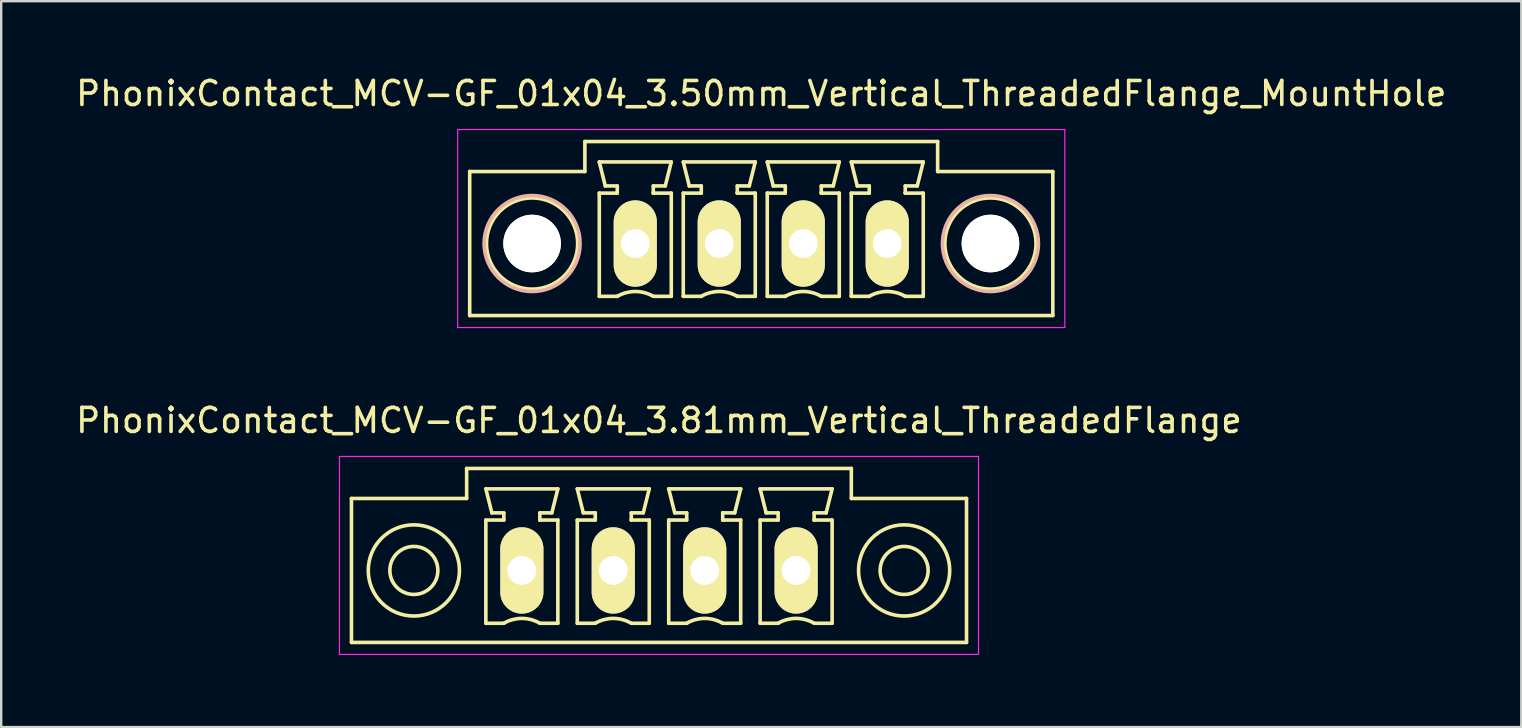
<source format=kicad_pcb>
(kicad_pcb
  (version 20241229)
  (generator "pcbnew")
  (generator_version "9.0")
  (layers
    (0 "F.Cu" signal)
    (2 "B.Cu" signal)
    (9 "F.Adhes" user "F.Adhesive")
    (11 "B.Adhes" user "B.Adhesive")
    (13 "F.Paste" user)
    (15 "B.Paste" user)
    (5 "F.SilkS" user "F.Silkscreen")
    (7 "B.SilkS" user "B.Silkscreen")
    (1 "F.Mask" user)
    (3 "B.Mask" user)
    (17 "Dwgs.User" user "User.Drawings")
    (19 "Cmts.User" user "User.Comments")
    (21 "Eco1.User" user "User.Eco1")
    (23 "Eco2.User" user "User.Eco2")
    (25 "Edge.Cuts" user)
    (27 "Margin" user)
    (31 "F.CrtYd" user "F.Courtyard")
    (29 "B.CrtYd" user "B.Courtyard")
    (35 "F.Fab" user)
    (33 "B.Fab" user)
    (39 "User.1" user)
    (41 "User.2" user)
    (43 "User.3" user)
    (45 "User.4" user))
  (footprint "PhonixContact_MCV-GF_01x04_3.50mm_Vertical_ThreadedFlange_MountHole"
    (layer "F.Cu")
    (at 23.423 7.098)
    (property "Reference" "PhonixContact_MCV-GF_01x04_3.50mm_Vertical_ThreadedFlange_MountHole" (at 5.25 -6.25 0) (layer "F.SilkS") (effects (font (size 1 1) (thickness 0.15))))
    (attr through_hole)
    (fp_line (start -6.9 -3) (end -6.9 3) (stroke (width 0.15) (type solid)) (layer "F.SilkS"))
    (fp_line (start -6.9 3) (end 17.4 3) (stroke (width 0.15) (type solid)) (layer "F.SilkS"))
    (fp_line (start -2.1 -4.25) (end -2.1 -3) (stroke (width 0.15) (type solid)) (layer "F.SilkS"))
    (fp_line (start -2.1 -3) (end -6.9 -3) (stroke (width 0.15) (type solid)) (layer "F.SilkS"))
    (fp_line (start -1.5 -3.4) (end 1.5 -3.4) (stroke (width 0.15) (type solid)) (layer "F.SilkS"))
    (fp_line (start -1.5 -2.1) (end -0.75 -2.1) (stroke (width 0.15) (type solid)) (layer "F.SilkS"))
    (fp_line (start -1.5 2.2) (end -1.5 -2.1) (stroke (width 0.15) (type solid)) (layer "F.SilkS"))
    (fp_line (start -1.25 -2.4) (end -1.5 -3.4) (stroke (width 0.15) (type solid)) (layer "F.SilkS"))
    (fp_line (start -0.75 -2.4) (end -1.25 -2.4) (stroke (width 0.15) (type solid)) (layer "F.SilkS"))
    (fp_line (start -0.75 -2.1) (end -0.75 -2.4) (stroke (width 0.15) (type solid)) (layer "F.SilkS"))
    (fp_line (start -0.75 2.2) (end -1.5 2.2) (stroke (width 0.15) (type solid)) (layer "F.SilkS"))
    (fp_line (start 0.75 -2.4) (end 0.75 -2.1) (stroke (width 0.15) (type solid)) (layer "F.SilkS"))
    (fp_line (start 0.75 -2.1) (end 0.75 -2.1) (stroke (width 0.15) (type solid)) (layer "F.SilkS"))
    (fp_line (start 0.75 -2.1) (end 1.5 -2.1) (stroke (width 0.15) (type solid)) (layer "F.SilkS"))
    (fp_line (start 1.25 -2.4) (end 0.75 -2.4) (stroke (width 0.15) (type solid)) (layer "F.SilkS"))
    (fp_line (start 1.5 -3.4) (end 1.25 -2.4) (stroke (width 0.15) (type solid)) (layer "F.SilkS"))
    (fp_line (start 1.5 -2.1) (end 1.5 2.2) (stroke (width 0.15) (type solid)) (layer "F.SilkS"))
    (fp_line (start 1.5 2.2) (end 0.75 2.2) (stroke (width 0.15) (type solid)) (layer "F.SilkS"))
    (fp_line (start 2 -3.4) (end 5 -3.4) (stroke (width 0.15) (type solid)) (layer "F.SilkS"))
    (fp_line (start 2 -2.1) (end 2.75 -2.1) (stroke (width 0.15) (type solid)) (layer "F.SilkS"))
    (fp_line (start 2 2.2) (end 2 -2.1) (stroke (width 0.15) (type solid)) (layer "F.SilkS"))
    (fp_line (start 2.25 -2.4) (end 2 -3.4) (stroke (width 0.15) (type solid)) (layer "F.SilkS"))
    (fp_line (start 2.75 -2.4) (end 2.25 -2.4) (stroke (width 0.15) (type solid)) (layer "F.SilkS"))
    (fp_line (start 2.75 -2.1) (end 2.75 -2.4) (stroke (width 0.15) (type solid)) (layer "F.SilkS"))
    (fp_line (start 2.75 2.2) (end 2 2.2) (stroke (width 0.15) (type solid)) (layer "F.SilkS"))
    (fp_line (start 4.25 -2.4) (end 4.25 -2.1) (stroke (width 0.15) (type solid)) (layer "F.SilkS"))
    (fp_line (start 4.25 -2.1) (end 4.25 -2.1) (stroke (width 0.15) (type solid)) (layer "F.SilkS"))
    (fp_line (start 4.25 -2.1) (end 5 -2.1) (stroke (width 0.15) (type solid)) (layer "F.SilkS"))
    (fp_line (start 4.75 -2.4) (end 4.25 -2.4) (stroke (width 0.15) (type solid)) (layer "F.SilkS"))
    (fp_line (start 5 -3.4) (end 4.75 -2.4) (stroke (width 0.15) (type solid)) (layer "F.SilkS"))
    (fp_line (start 5 -2.1) (end 5 2.2) (stroke (width 0.15) (type solid)) (layer "F.SilkS"))
    (fp_line (start 5 2.2) (end 4.25 2.2) (stroke (width 0.15) (type solid)) (layer "F.SilkS"))
    (fp_line (start 5.5 -3.4) (end 8.5 -3.4) (stroke (width 0.15) (type solid)) (layer "F.SilkS"))
    (fp_line (start 5.5 -2.1) (end 6.25 -2.1) (stroke (width 0.15) (type solid)) (layer "F.SilkS"))
    (fp_line (start 5.5 2.2) (end 5.5 -2.1) (stroke (width 0.15) (type solid)) (layer "F.SilkS"))
    (fp_line (start 5.75 -2.4) (end 5.5 -3.4) (stroke (width 0.15) (type solid)) (layer "F.SilkS"))
    (fp_line (start 6.25 -2.4) (end 5.75 -2.4) (stroke (width 0.15) (type solid)) (layer "F.SilkS"))
    (fp_line (start 6.25 -2.1) (end 6.25 -2.4) (stroke (width 0.15) (type solid)) (layer "F.SilkS"))
    (fp_line (start 6.25 2.2) (end 5.5 2.2) (stroke (width 0.15) (type solid)) (layer "F.SilkS"))
    (fp_line (start 7.75 -2.4) (end 7.75 -2.1) (stroke (width 0.15) (type solid)) (layer "F.SilkS"))
    (fp_line (start 7.75 -2.1) (end 7.75 -2.1) (stroke (width 0.15) (type solid)) (layer "F.SilkS"))
    (fp_line (start 7.75 -2.1) (end 8.5 -2.1) (stroke (width 0.15) (type solid)) (layer "F.SilkS"))
    (fp_line (start 8.25 -2.4) (end 7.75 -2.4) (stroke (width 0.15) (type solid)) (layer "F.SilkS"))
    (fp_line (start 8.5 -3.4) (end 8.25 -2.4) (stroke (width 0.15) (type solid)) (layer "F.SilkS"))
    (fp_line (start 8.5 -2.1) (end 8.5 2.2) (stroke (width 0.15) (type solid)) (layer "F.SilkS"))
    (fp_line (start 8.5 2.2) (end 7.75 2.2) (stroke (width 0.15) (type solid)) (layer "F.SilkS"))
    (fp_line (start 9 -3.4) (end 12 -3.4) (stroke (width 0.15) (type solid)) (layer "F.SilkS"))
    (fp_line (start 9 -2.1) (end 9.75 -2.1) (stroke (width 0.15) (type solid)) (layer "F.SilkS"))
    (fp_line (start 9 2.2) (end 9 -2.1) (stroke (width 0.15) (type solid)) (layer "F.SilkS"))
    (fp_line (start 9.25 -2.4) (end 9 -3.4) (stroke (width 0.15) (type solid)) (layer "F.SilkS"))
    (fp_line (start 9.75 -2.4) (end 9.25 -2.4) (stroke (width 0.15) (type solid)) (layer "F.SilkS"))
    (fp_line (start 9.75 -2.1) (end 9.75 -2.4) (stroke (width 0.15) (type solid)) (layer "F.SilkS"))
    (fp_line (start 9.75 2.2) (end 9 2.2) (stroke (width 0.15) (type solid)) (layer "F.SilkS"))
    (fp_line (start 11.25 -2.4) (end 11.25 -2.1) (stroke (width 0.15) (type solid)) (layer "F.SilkS"))
    (fp_line (start 11.25 -2.1) (end 11.25 -2.1) (stroke (width 0.15) (type solid)) (layer "F.SilkS"))
    (fp_line (start 11.25 -2.1) (end 12 -2.1) (stroke (width 0.15) (type solid)) (layer "F.SilkS"))
    (fp_line (start 11.75 -2.4) (end 11.25 -2.4) (stroke (width 0.15) (type solid)) (layer "F.SilkS"))
    (fp_line (start 12 -3.4) (end 11.75 -2.4) (stroke (width 0.15) (type solid)) (layer "F.SilkS"))
    (fp_line (start 12 -2.1) (end 12 2.2) (stroke (width 0.15) (type solid)) (layer "F.SilkS"))
    (fp_line (start 12 2.2) (end 11.25 2.2) (stroke (width 0.15) (type solid)) (layer "F.SilkS"))
    (fp_line (start 12.6 -4.25) (end -2.1 -4.25) (stroke (width 0.15) (type solid)) (layer "F.SilkS"))
    (fp_line (start 12.6 -3) (end 12.6 -4.25) (stroke (width 0.15) (type solid)) (layer "F.SilkS"))
    (fp_line (start 17.4 -3) (end 12.6 -3) (stroke (width 0.15) (type solid)) (layer "F.SilkS"))
    (fp_line (start 17.4 3) (end 17.4 -3) (stroke (width 0.15) (type solid)) (layer "F.SilkS"))
    (fp_arc (start -0.75 2.2) (mid -0.006068 1.999179) (end 0.739464 2.193978) (stroke (width 0.15) (type solid)) (layer "F.SilkS"))
    (fp_arc (start 2.75 2.2) (mid 3.493932 1.999179) (end 4.239464 2.193978) (stroke (width 0.15) (type solid)) (layer "F.SilkS"))
    (fp_arc (start 6.25 2.2) (mid 6.993932 1.999179) (end 7.739464 2.193978) (stroke (width 0.15) (type solid)) (layer "F.SilkS"))
    (fp_arc (start 9.75 2.2) (mid 10.493932 1.999179) (end 11.239464 2.193978) (stroke (width 0.15) (type solid)) (layer "F.SilkS"))
    (fp_circle (center -4.3 0) (end -2.4 0) (stroke (width 0.15) (type solid)) (fill no) (layer "F.SilkS"))
    (fp_circle (center 14.8 0) (end 16.7 0) (stroke (width 0.15) (type solid)) (fill no) (layer "F.SilkS"))
    (fp_circle (center -4.3 0) (end -2.3 0) (stroke (width 0.15) (type solid)) (fill no) (layer "B.SilkS"))
    (fp_circle (center 14.8 0) (end 16.8 0) (stroke (width 0.15) (type solid)) (fill no) (layer "B.SilkS"))
    (fp_line (start -7.4 -4.75) (end -7.4 3.5) (stroke (width 0.05) (type solid)) (layer "F.CrtYd"))
    (fp_line (start -7.4 3.5) (end 17.9 3.5) (stroke (width 0.05) (type solid)) (layer "F.CrtYd"))
    (fp_line (start 17.9 -4.75) (end -7.4 -4.75) (stroke (width 0.05) (type solid)) (layer "F.CrtYd"))
    (fp_line (start 17.9 3.5) (end 17.9 -4.75) (stroke (width 0.05) (type solid)) (layer "F.CrtYd"))
    (pad "" np_thru_hole circle (at -4.3 0) (size 2.4 2.4) (drill 2.4) (layers "*.Cu" "*.Mask" "F.SilkS"))
    (pad "" np_thru_hole circle (at 14.8 0) (size 2.4 2.4) (drill 2.4) (layers "*.Cu" "*.Mask" "F.SilkS"))
    (pad "1" thru_hole oval (at 0 0) (size 1.8 3.6) (drill 1.2) (layers "*.Cu" "*.Mask" "F.SilkS"))
    (pad "2" thru_hole oval (at 3.5 0) (size 1.8 3.6) (drill 1.2) (layers "*.Cu" "*.Mask" "F.SilkS"))
    (pad "3" thru_hole oval (at 7 0) (size 1.8 3.6) (drill 1.2) (layers "*.Cu" "*.Mask" "F.SilkS"))
    (pad "4" thru_hole oval (at 10.5 0) (size 1.8 3.6) (drill 1.2) (layers "*.Cu" "*.Mask" "F.SilkS")))
  (footprint "PhonixContact_MCV-GF_01x04_3.81mm_Vertical_ThreadedFlange"
    (layer "F.Cu")
    (at 18.696 20.721)
    (property "Reference" "PhonixContact_MCV-GF_01x04_3.81mm_Vertical_ThreadedFlange" (at 5.715 -6.25 0) (layer "F.SilkS") (effects (font (size 1 1) (thickness 0.15))))
    (attr through_hole)
    (fp_line (start -7.1 -3) (end -7.1 3) (stroke (width 0.15) (type solid)) (layer "F.SilkS"))
    (fp_line (start -7.1 3) (end 18.53 3) (stroke (width 0.15) (type solid)) (layer "F.SilkS"))
    (fp_line (start -2.3 -4.25) (end -2.3 -3) (stroke (width 0.15) (type solid)) (layer "F.SilkS"))
    (fp_line (start -2.3 -3) (end -7.1 -3) (stroke (width 0.15) (type solid)) (layer "F.SilkS"))
    (fp_line (start -1.5 -3.4) (end 1.5 -3.4) (stroke (width 0.15) (type solid)) (layer "F.SilkS"))
    (fp_line (start -1.5 -2.1) (end -0.75 -2.1) (stroke (width 0.15) (type solid)) (layer "F.SilkS"))
    (fp_line (start -1.5 2.2) (end -1.5 -2.1) (stroke (width 0.15) (type solid)) (layer "F.SilkS"))
    (fp_line (start -1.25 -2.4) (end -1.5 -3.4) (stroke (width 0.15) (type solid)) (layer "F.SilkS"))
    (fp_line (start -0.75 -2.4) (end -1.25 -2.4) (stroke (width 0.15) (type solid)) (layer "F.SilkS"))
    (fp_line (start -0.75 -2.1) (end -0.75 -2.4) (stroke (width 0.15) (type solid)) (layer "F.SilkS"))
    (fp_line (start -0.75 2.2) (end -1.5 2.2) (stroke (width 0.15) (type solid)) (layer "F.SilkS"))
    (fp_line (start 0.75 -2.4) (end 0.75 -2.1) (stroke (width 0.15) (type solid)) (layer "F.SilkS"))
    (fp_line (start 0.75 -2.1) (end 0.75 -2.1) (stroke (width 0.15) (type solid)) (layer "F.SilkS"))
    (fp_line (start 0.75 -2.1) (end 1.5 -2.1) (stroke (width 0.15) (type solid)) (layer "F.SilkS"))
    (fp_line (start 1.25 -2.4) (end 0.75 -2.4) (stroke (width 0.15) (type solid)) (layer "F.SilkS"))
    (fp_line (start 1.5 -3.4) (end 1.25 -2.4) (stroke (width 0.15) (type solid)) (layer "F.SilkS"))
    (fp_line (start 1.5 -2.1) (end 1.5 2.2) (stroke (width 0.15) (type solid)) (layer "F.SilkS"))
    (fp_line (start 1.5 2.2) (end 0.75 2.2) (stroke (width 0.15) (type solid)) (layer "F.SilkS"))
    (fp_line (start 2.31 -3.4) (end 5.31 -3.4) (stroke (width 0.15) (type solid)) (layer "F.SilkS"))
    (fp_line (start 2.31 -2.1) (end 3.06 -2.1) (stroke (width 0.15) (type solid)) (layer "F.SilkS"))
    (fp_line (start 2.31 2.2) (end 2.31 -2.1) (stroke (width 0.15) (type solid)) (layer "F.SilkS"))
    (fp_line (start 2.56 -2.4) (end 2.31 -3.4) (stroke (width 0.15) (type solid)) (layer "F.SilkS"))
    (fp_line (start 3.06 -2.4) (end 2.56 -2.4) (stroke (width 0.15) (type solid)) (layer "F.SilkS"))
    (fp_line (start 3.06 -2.1) (end 3.06 -2.4) (stroke (width 0.15) (type solid)) (layer "F.SilkS"))
    (fp_line (start 3.06 2.2) (end 2.31 2.2) (stroke (width 0.15) (type solid)) (layer "F.SilkS"))
    (fp_line (start 4.56 -2.4) (end 4.56 -2.1) (stroke (width 0.15) (type solid)) (layer "F.SilkS"))
    (fp_line (start 4.56 -2.1) (end 4.56 -2.1) (stroke (width 0.15) (type solid)) (layer "F.SilkS"))
    (fp_line (start 4.56 -2.1) (end 5.31 -2.1) (stroke (width 0.15) (type solid)) (layer "F.SilkS"))
    (fp_line (start 5.06 -2.4) (end 4.56 -2.4) (stroke (width 0.15) (type solid)) (layer "F.SilkS"))
    (fp_line (start 5.31 -3.4) (end 5.06 -2.4) (stroke (width 0.15) (type solid)) (layer "F.SilkS"))
    (fp_line (start 5.31 -2.1) (end 5.31 2.2) (stroke (width 0.15) (type solid)) (layer "F.SilkS"))
    (fp_line (start 5.31 2.2) (end 4.56 2.2) (stroke (width 0.15) (type solid)) (layer "F.SilkS"))
    (fp_line (start 6.12 -3.4) (end 9.12 -3.4) (stroke (width 0.15) (type solid)) (layer "F.SilkS"))
    (fp_line (start 6.12 -2.1) (end 6.87 -2.1) (stroke (width 0.15) (type solid)) (layer "F.SilkS"))
    (fp_line (start 6.12 2.2) (end 6.12 -2.1) (stroke (width 0.15) (type solid)) (layer "F.SilkS"))
    (fp_line (start 6.37 -2.4) (end 6.12 -3.4) (stroke (width 0.15) (type solid)) (layer "F.SilkS"))
    (fp_line (start 6.87 -2.4) (end 6.37 -2.4) (stroke (width 0.15) (type solid)) (layer "F.SilkS"))
    (fp_line (start 6.87 -2.1) (end 6.87 -2.4) (stroke (width 0.15) (type solid)) (layer "F.SilkS"))
    (fp_line (start 6.87 2.2) (end 6.12 2.2) (stroke (width 0.15) (type solid)) (layer "F.SilkS"))
    (fp_line (start 8.37 -2.4) (end 8.37 -2.1) (stroke (width 0.15) (type solid)) (layer "F.SilkS"))
    (fp_line (start 8.37 -2.1) (end 8.37 -2.1) (stroke (width 0.15) (type solid)) (layer "F.SilkS"))
    (fp_line (start 8.37 -2.1) (end 9.12 -2.1) (stroke (width 0.15) (type solid)) (layer "F.SilkS"))
    (fp_line (start 8.87 -2.4) (end 8.37 -2.4) (stroke (width 0.15) (type solid)) (layer "F.SilkS"))
    (fp_line (start 9.12 -3.4) (end 8.87 -2.4) (stroke (width 0.15) (type solid)) (layer "F.SilkS"))
    (fp_line (start 9.12 -2.1) (end 9.12 2.2) (stroke (width 0.15) (type solid)) (layer "F.SilkS"))
    (fp_line (start 9.12 2.2) (end 8.37 2.2) (stroke (width 0.15) (type solid)) (layer "F.SilkS"))
    (fp_line (start 9.93 -3.4) (end 12.93 -3.4) (stroke (width 0.15) (type solid)) (layer "F.SilkS"))
    (fp_line (start 9.93 -2.1) (end 10.68 -2.1) (stroke (width 0.15) (type solid)) (layer "F.SilkS"))
    (fp_line (start 9.93 2.2) (end 9.93 -2.1) (stroke (width 0.15) (type solid)) (layer "F.SilkS"))
    (fp_line (start 10.18 -2.4) (end 9.93 -3.4) (stroke (width 0.15) (type solid)) (layer "F.SilkS"))
    (fp_line (start 10.68 -2.4) (end 10.18 -2.4) (stroke (width 0.15) (type solid)) (layer "F.SilkS"))
    (fp_line (start 10.68 -2.1) (end 10.68 -2.4) (stroke (width 0.15) (type solid)) (layer "F.SilkS"))
    (fp_line (start 10.68 2.2) (end 9.93 2.2) (stroke (width 0.15) (type solid)) (layer "F.SilkS"))
    (fp_line (start 12.18 -2.4) (end 12.18 -2.1) (stroke (width 0.15) (type solid)) (layer "F.SilkS"))
    (fp_line (start 12.18 -2.1) (end 12.18 -2.1) (stroke (width 0.15) (type solid)) (layer "F.SilkS"))
    (fp_line (start 12.18 -2.1) (end 12.93 -2.1) (stroke (width 0.15) (type solid)) (layer "F.SilkS"))
    (fp_line (start 12.68 -2.4) (end 12.18 -2.4) (stroke (width 0.15) (type solid)) (layer "F.SilkS"))
    (fp_line (start 12.93 -3.4) (end 12.68 -2.4) (stroke (width 0.15) (type solid)) (layer "F.SilkS"))
    (fp_line (start 12.93 -2.1) (end 12.93 2.2) (stroke (width 0.15) (type solid)) (layer "F.SilkS"))
    (fp_line (start 12.93 2.2) (end 12.18 2.2) (stroke (width 0.15) (type solid)) (layer "F.SilkS"))
    (fp_line (start 13.73 -4.25) (end -2.3 -4.25) (stroke (width 0.15) (type solid)) (layer "F.SilkS"))
    (fp_line (start 13.73 -3) (end 13.73 -4.25) (stroke (width 0.15) (type solid)) (layer "F.SilkS"))
    (fp_line (start 18.53 -3) (end 13.73 -3) (stroke (width 0.15) (type solid)) (layer "F.SilkS"))
    (fp_line (start 18.53 3) (end 18.53 -3) (stroke (width 0.15) (type solid)) (layer "F.SilkS"))
    (fp_arc (start -0.75 2.2) (mid -0.006068 1.999179) (end 0.739464 2.193978) (stroke (width 0.15) (type solid)) (layer "F.SilkS"))
    (fp_arc (start 3.06 2.2) (mid 3.803932 1.999179) (end 4.549464 2.193978) (stroke (width 0.15) (type solid)) (layer "F.SilkS"))
    (fp_arc (start 6.87 2.2) (mid 7.613932 1.999179) (end 8.359464 2.193978) (stroke (width 0.15) (type solid)) (layer "F.SilkS"))
    (fp_arc (start 10.68 2.2) (mid 11.423932 1.999179) (end 12.169464 2.193978) (stroke (width 0.15) (type solid)) (layer "F.SilkS"))
    (fp_circle (center -4.5 0) (end -3.5 0) (stroke (width 0.15) (type solid)) (fill no) (layer "F.SilkS"))
    (fp_circle (center -4.5 0) (end -2.6 0) (stroke (width 0.15) (type solid)) (fill no) (layer "F.SilkS"))
    (fp_circle (center 15.93 0) (end 16.93 0) (stroke (width 0.15) (type solid)) (fill no) (layer "F.SilkS"))
    (fp_circle (center 15.93 0) (end 17.83 0) (stroke (width 0.15) (type solid)) (fill no) (layer "F.SilkS"))
    (fp_line (start -7.6 -4.75) (end -7.6 3.5) (stroke (width 0.05) (type solid)) (layer "F.CrtYd"))
    (fp_line (start -7.6 3.5) (end 19.03 3.5) (stroke (width 0.05) (type solid)) (layer "F.CrtYd"))
    (fp_line (start 19.03 -4.75) (end -7.6 -4.75) (stroke (width 0.05) (type solid)) (layer "F.CrtYd"))
    (fp_line (start 19.03 3.5) (end 19.03 -4.75) (stroke (width 0.05) (type solid)) (layer "F.CrtYd"))
    (pad "1" thru_hole oval (at 0 0) (size 1.8 3.6) (drill 1.2) (layers "*.Cu" "*.Mask" "F.SilkS"))
    (pad "2" thru_hole oval (at 3.81 0) (size 1.8 3.6) (drill 1.2) (layers "*.Cu" "*.Mask" "F.SilkS"))
    (pad "3" thru_hole oval (at 7.62 0) (size 1.8 3.6) (drill 1.2) (layers "*.Cu" "*.Mask" "F.SilkS"))
    (pad "4" thru_hole oval (at 11.43 0) (size 1.8 3.6) (drill 1.2) (layers "*.Cu" "*.Mask" "F.SilkS")))
  (gr_rect
    (start -3 -3)
    (end 60.345 27.247)
    (stroke (width 0.1) (type default))
    (fill no)
    (layer "Edge.Cuts")))
</source>
